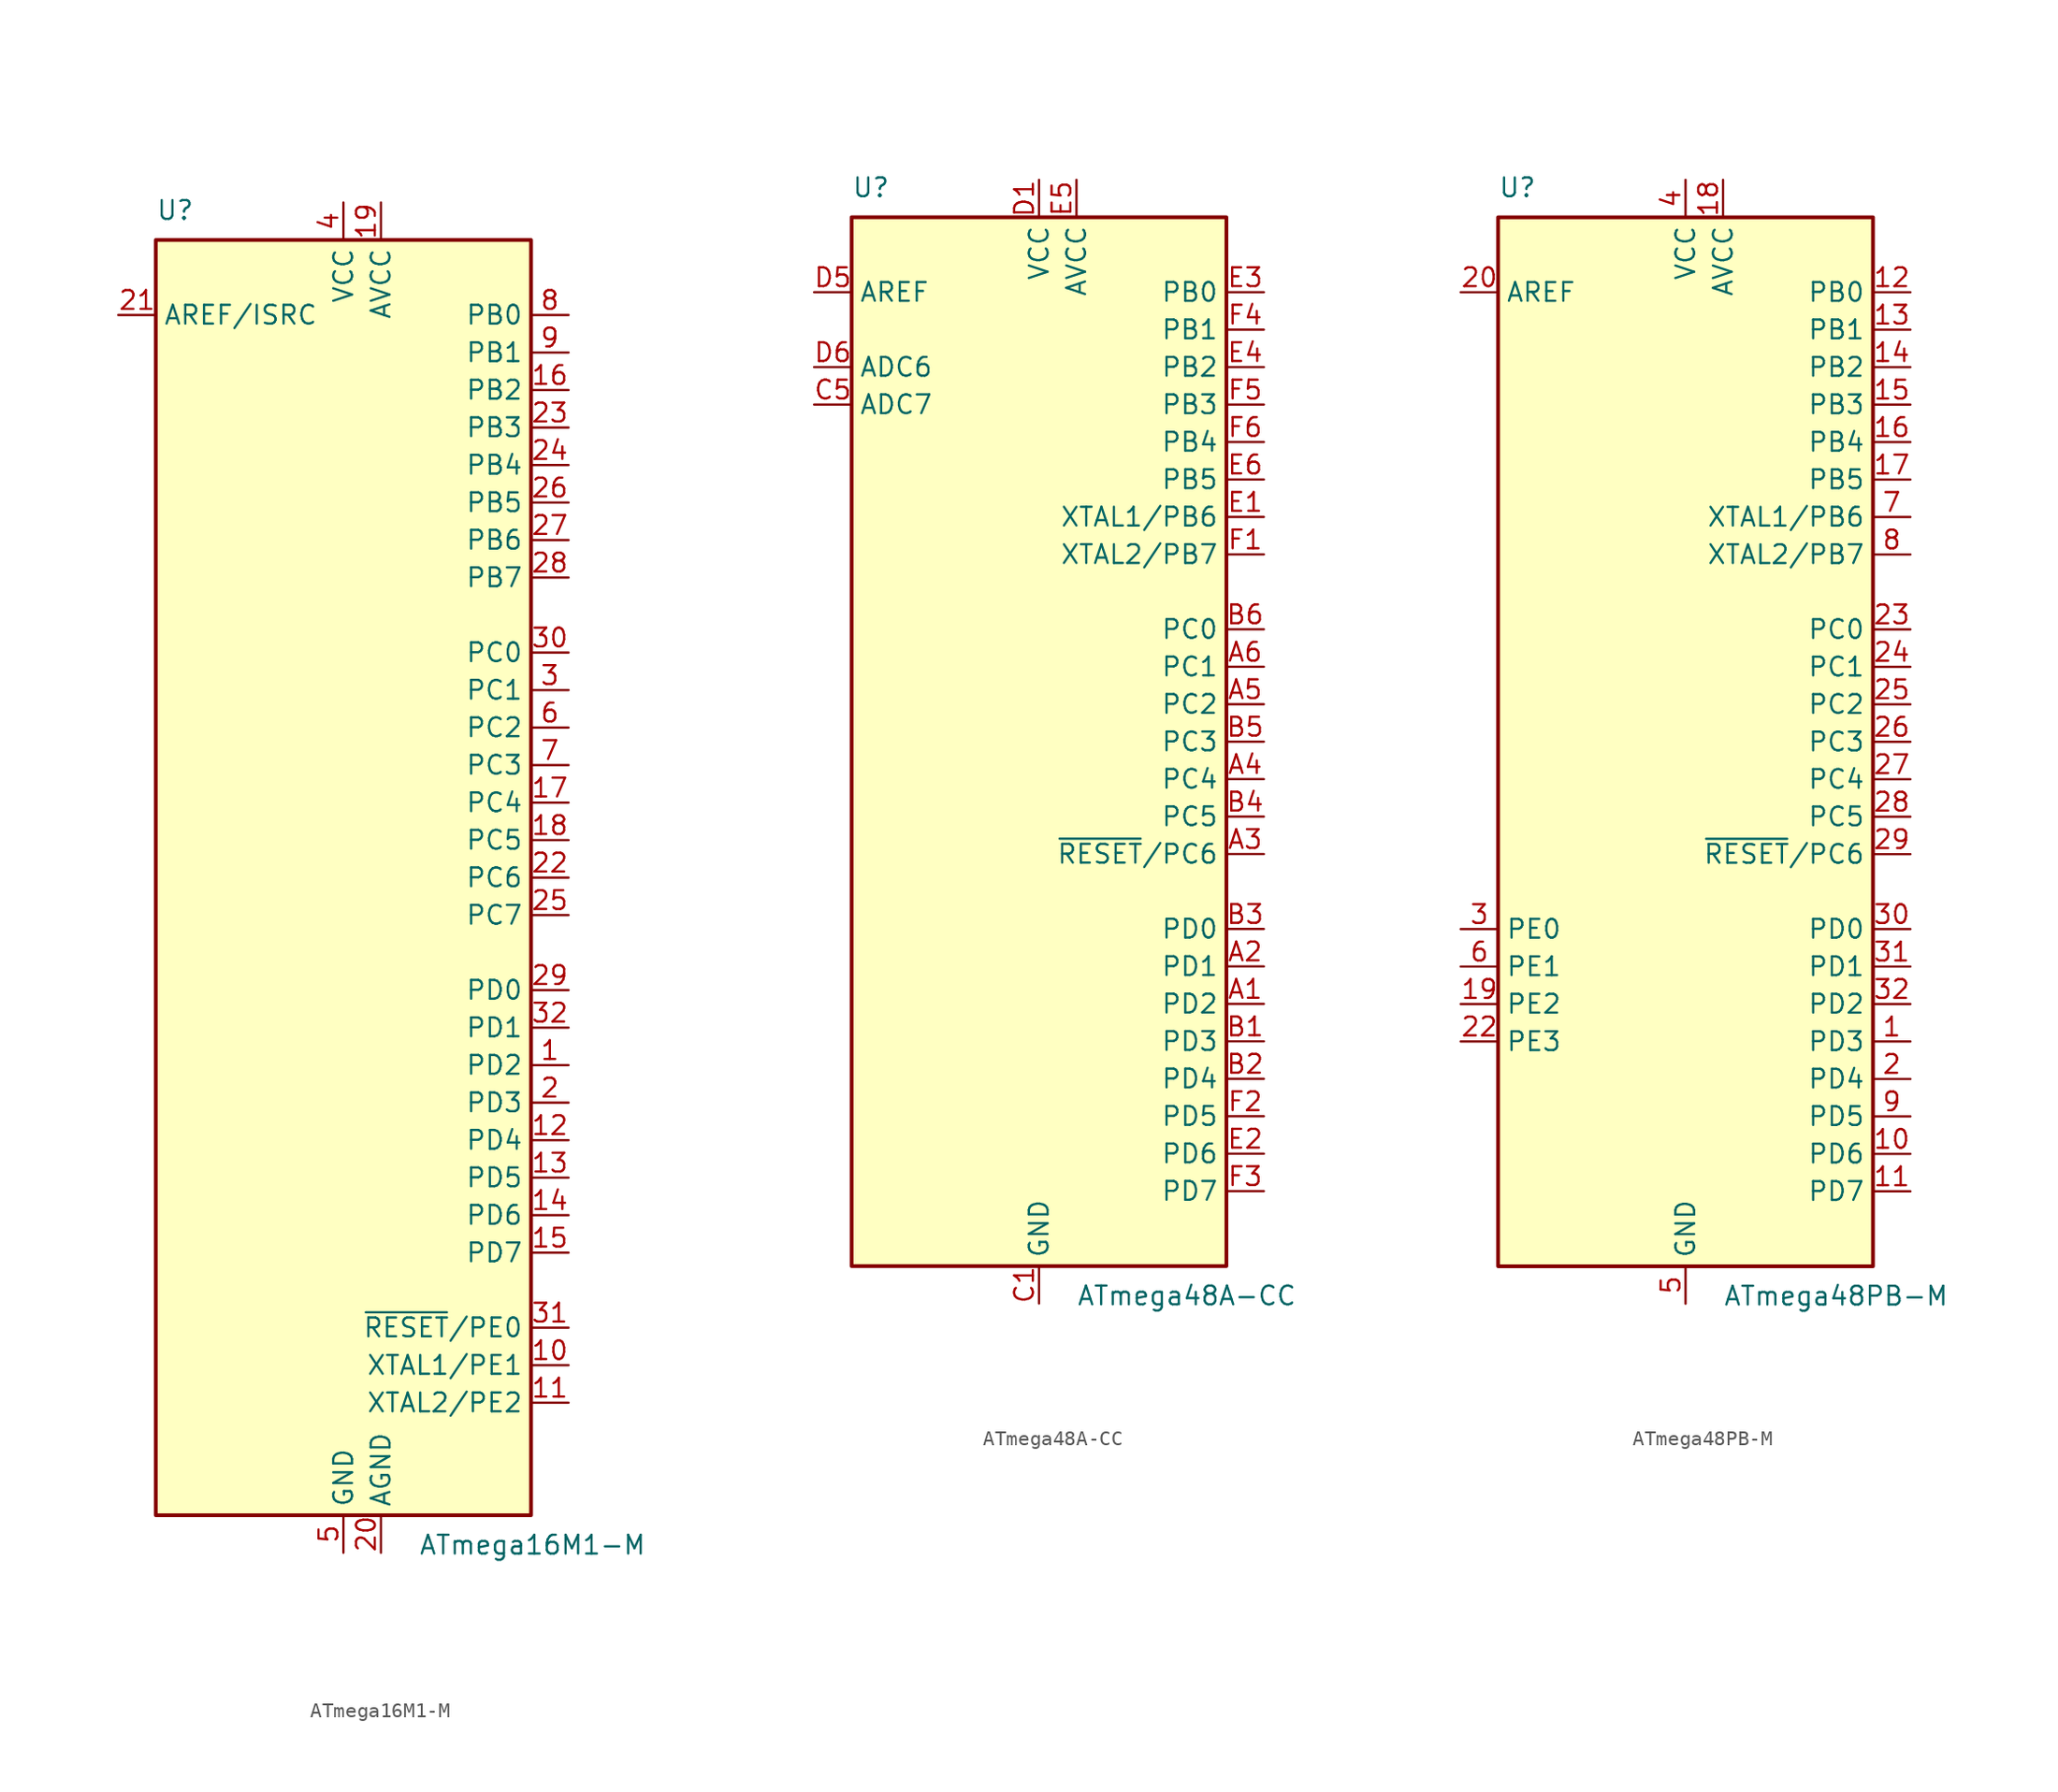
<source format=kicad_sym>
(kicad_symbol_lib
  (version 20201005)
  (generator kicad_symbol_editor)
  (symbol "MCU_Microchip_ATmega:ATmega16M1-M"
    (property "Reference" "U"
      (at -12.7 44.45 0)
      (effects (font (size 1.27 1.27)) (justify left bottom)))
    (property "Value" "ATmega16M1-M"
      (at 5.08 -44.45 0)
      (effects (font (size 1.27 1.27)) (justify left top)))
    (symbol "ATmega16M1-M_0_1"
      (rectangle (start -12.7 -43.18) (end 12.7 43.18) (stroke (width 0.254)) (fill (type background))))
    (symbol "ATmega16M1-M_1_1"
      (pin bidirectional line (at 15.24 -12.7 180) (length 2.54) (name "PD2" (effects (font (size 1.27 1.27)))) (number "1" (effects (font (size 1.27 1.27)))))
      (pin bidirectional line (at 15.24 -33.02 180) (length 2.54) (name "XTAL1/PE1" (effects (font (size 1.27 1.27)))) (number "10" (effects (font (size 1.27 1.27)))))
      (pin bidirectional line (at 15.24 -35.56 180) (length 2.54) (name "XTAL2/PE2" (effects (font (size 1.27 1.27)))) (number "11" (effects (font (size 1.27 1.27)))))
      (pin bidirectional line (at 15.24 -17.78 180) (length 2.54) (name "PD4" (effects (font (size 1.27 1.27)))) (number "12" (effects (font (size 1.27 1.27)))))
      (pin bidirectional line (at 15.24 -20.32 180) (length 2.54) (name "PD5" (effects (font (size 1.27 1.27)))) (number "13" (effects (font (size 1.27 1.27)))))
      (pin bidirectional line (at 15.24 -22.86 180) (length 2.54) (name "PD6" (effects (font (size 1.27 1.27)))) (number "14" (effects (font (size 1.27 1.27)))))
      (pin bidirectional line (at 15.24 -25.4 180) (length 2.54) (name "PD7" (effects (font (size 1.27 1.27)))) (number "15" (effects (font (size 1.27 1.27)))))
      (pin bidirectional line (at 15.24 33.02 180) (length 2.54) (name "PB2" (effects (font (size 1.27 1.27)))) (number "16" (effects (font (size 1.27 1.27)))))
      (pin bidirectional line (at 15.24 5.08 180) (length 2.54) (name "PC4" (effects (font (size 1.27 1.27)))) (number "17" (effects (font (size 1.27 1.27)))))
      (pin bidirectional line (at 15.24 2.54 180) (length 2.54) (name "PC5" (effects (font (size 1.27 1.27)))) (number "18" (effects (font (size 1.27 1.27)))))
      (pin power_in line (at 2.54 45.72 270) (length 2.54) (name "AVCC" (effects (font (size 1.27 1.27)))) (number "19" (effects (font (size 1.27 1.27)))))
      (pin bidirectional line (at 15.24 -15.24 180) (length 2.54) (name "PD3" (effects (font (size 1.27 1.27)))) (number "2" (effects (font (size 1.27 1.27)))))
      (pin power_in line (at 2.54 -45.72 90) (length 2.54) (name "AGND" (effects (font (size 1.27 1.27)))) (number "20" (effects (font (size 1.27 1.27)))))
      (pin passive line (at -15.24 38.1 0) (length 2.54) (name "AREF/ISRC" (effects (font (size 1.27 1.27)))) (number "21" (effects (font (size 1.27 1.27)))))
      (pin bidirectional line (at 15.24 0 180) (length 2.54) (name "PC6" (effects (font (size 1.27 1.27)))) (number "22" (effects (font (size 1.27 1.27)))))
      (pin bidirectional line (at 15.24 30.48 180) (length 2.54) (name "PB3" (effects (font (size 1.27 1.27)))) (number "23" (effects (font (size 1.27 1.27)))))
      (pin bidirectional line (at 15.24 27.94 180) (length 2.54) (name "PB4" (effects (font (size 1.27 1.27)))) (number "24" (effects (font (size 1.27 1.27)))))
      (pin bidirectional line (at 15.24 -2.54 180) (length 2.54) (name "PC7" (effects (font (size 1.27 1.27)))) (number "25" (effects (font (size 1.27 1.27)))))
      (pin bidirectional line (at 15.24 25.4 180) (length 2.54) (name "PB5" (effects (font (size 1.27 1.27)))) (number "26" (effects (font (size 1.27 1.27)))))
      (pin bidirectional line (at 15.24 22.86 180) (length 2.54) (name "PB6" (effects (font (size 1.27 1.27)))) (number "27" (effects (font (size 1.27 1.27)))))
      (pin bidirectional line (at 15.24 20.32 180) (length 2.54) (name "PB7" (effects (font (size 1.27 1.27)))) (number "28" (effects (font (size 1.27 1.27)))))
      (pin bidirectional line (at 15.24 -7.62 180) (length 2.54) (name "PD0" (effects (font (size 1.27 1.27)))) (number "29" (effects (font (size 1.27 1.27)))))
      (pin bidirectional line (at 15.24 12.7 180) (length 2.54) (name "PC1" (effects (font (size 1.27 1.27)))) (number "3" (effects (font (size 1.27 1.27)))))
      (pin bidirectional line (at 15.24 15.24 180) (length 2.54) (name "PC0" (effects (font (size 1.27 1.27)))) (number "30" (effects (font (size 1.27 1.27)))))
      (pin bidirectional line (at 15.24 -30.48 180) (length 2.54) (name "~RESET~/PE0" (effects (font (size 1.27 1.27)))) (number "31" (effects (font (size 1.27 1.27)))))
      (pin bidirectional line (at 15.24 -10.16 180) (length 2.54) (name "PD1" (effects (font (size 1.27 1.27)))) (number "32" (effects (font (size 1.27 1.27)))))
      (pin passive line (at 0 -45.72 90) (length 2.54) hide (name "GND" (effects (font (size 1.27 1.27)))) (number "33" (effects (font (size 1.27 1.27)))))
      (pin power_in line (at 0 45.72 270) (length 2.54) (name "VCC" (effects (font (size 1.27 1.27)))) (number "4" (effects (font (size 1.27 1.27)))))
      (pin power_in line (at 0 -45.72 90) (length 2.54) (name "GND" (effects (font (size 1.27 1.27)))) (number "5" (effects (font (size 1.27 1.27)))))
      (pin bidirectional line (at 15.24 10.16 180) (length 2.54) (name "PC2" (effects (font (size 1.27 1.27)))) (number "6" (effects (font (size 1.27 1.27)))))
      (pin bidirectional line (at 15.24 7.62 180) (length 2.54) (name "PC3" (effects (font (size 1.27 1.27)))) (number "7" (effects (font (size 1.27 1.27)))))
      (pin bidirectional line (at 15.24 38.1 180) (length 2.54) (name "PB0" (effects (font (size 1.27 1.27)))) (number "8" (effects (font (size 1.27 1.27)))))
      (pin bidirectional line (at 15.24 35.56 180) (length 2.54) (name "PB1" (effects (font (size 1.27 1.27)))) (number "9" (effects (font (size 1.27 1.27)))))))
  (symbol "MCU_Microchip_ATmega:ATmega48A-CC"
    (property "Reference" "U"
      (at -12.7 36.83 0)
      (effects (font (size 1.27 1.27)) (justify left bottom)))
    (property "Value" "ATmega48A-CC"
      (at 2.54 -36.83 0)
      (effects (font (size 1.27 1.27)) (justify left top)))
    (symbol "ATmega48A-CC_0_1"
      (rectangle (start -12.7 -35.56) (end 12.7 35.56) (stroke (width 0.254)) (fill (type background))))
    (symbol "ATmega48A-CC_1_1"
      (pin bidirectional line (at 15.24 -17.78 180) (length 2.54) (name "PD2" (effects (font (size 1.27 1.27)))) (number "A1" (effects (font (size 1.27 1.27)))))
      (pin bidirectional line (at 15.24 -15.24 180) (length 2.54) (name "PD1" (effects (font (size 1.27 1.27)))) (number "A2" (effects (font (size 1.27 1.27)))))
      (pin bidirectional line (at 15.24 -7.62 180) (length 2.54) (name "~RESET~/PC6" (effects (font (size 1.27 1.27)))) (number "A3" (effects (font (size 1.27 1.27)))))
      (pin bidirectional line (at 15.24 -2.54 180) (length 2.54) (name "PC4" (effects (font (size 1.27 1.27)))) (number "A4" (effects (font (size 1.27 1.27)))))
      (pin bidirectional line (at 15.24 2.54 180) (length 2.54) (name "PC2" (effects (font (size 1.27 1.27)))) (number "A5" (effects (font (size 1.27 1.27)))))
      (pin bidirectional line (at 15.24 5.08 180) (length 2.54) (name "PC1" (effects (font (size 1.27 1.27)))) (number "A6" (effects (font (size 1.27 1.27)))))
      (pin bidirectional line (at 15.24 -20.32 180) (length 2.54) (name "PD3" (effects (font (size 1.27 1.27)))) (number "B1" (effects (font (size 1.27 1.27)))))
      (pin bidirectional line (at 15.24 -22.86 180) (length 2.54) (name "PD4" (effects (font (size 1.27 1.27)))) (number "B2" (effects (font (size 1.27 1.27)))))
      (pin bidirectional line (at 15.24 -12.7 180) (length 2.54) (name "PD0" (effects (font (size 1.27 1.27)))) (number "B3" (effects (font (size 1.27 1.27)))))
      (pin bidirectional line (at 15.24 -5.08 180) (length 2.54) (name "PC5" (effects (font (size 1.27 1.27)))) (number "B4" (effects (font (size 1.27 1.27)))))
      (pin bidirectional line (at 15.24 0 180) (length 2.54) (name "PC3" (effects (font (size 1.27 1.27)))) (number "B5" (effects (font (size 1.27 1.27)))))
      (pin bidirectional line (at 15.24 7.62 180) (length 2.54) (name "PC0" (effects (font (size 1.27 1.27)))) (number "B6" (effects (font (size 1.27 1.27)))))
      (pin power_in line (at 0 -38.1 90) (length 2.54) (name "GND" (effects (font (size 1.27 1.27)))) (number "C1" (effects (font (size 1.27 1.27)))))
      (pin passive line (at 0 -38.1 90) (length 2.54) hide (name "GND" (effects (font (size 1.27 1.27)))) (number "C2" (effects (font (size 1.27 1.27)))))
      (pin input line (at -15.24 22.86 0) (length 2.54) (name "ADC7" (effects (font (size 1.27 1.27)))) (number "C5" (effects (font (size 1.27 1.27)))))
      (pin passive line (at 0 -38.1 90) (length 2.54) hide (name "GND" (effects (font (size 1.27 1.27)))) (number "C6" (effects (font (size 1.27 1.27)))))
      (pin power_in line (at 0 38.1 270) (length 2.54) (name "VCC" (effects (font (size 1.27 1.27)))) (number "D1" (effects (font (size 1.27 1.27)))))
      (pin passive line (at 0 38.1 270) (length 2.54) hide (name "VCC" (effects (font (size 1.27 1.27)))) (number "D2" (effects (font (size 1.27 1.27)))))
      (pin passive line (at -15.24 30.48 0) (length 2.54) (name "AREF" (effects (font (size 1.27 1.27)))) (number "D5" (effects (font (size 1.27 1.27)))))
      (pin input line (at -15.24 25.4 0) (length 2.54) (name "ADC6" (effects (font (size 1.27 1.27)))) (number "D6" (effects (font (size 1.27 1.27)))))
      (pin bidirectional line (at 15.24 15.24 180) (length 2.54) (name "XTAL1/PB6" (effects (font (size 1.27 1.27)))) (number "E1" (effects (font (size 1.27 1.27)))))
      (pin bidirectional line (at 15.24 -27.94 180) (length 2.54) (name "PD6" (effects (font (size 1.27 1.27)))) (number "E2" (effects (font (size 1.27 1.27)))))
      (pin bidirectional line (at 15.24 30.48 180) (length 2.54) (name "PB0" (effects (font (size 1.27 1.27)))) (number "E3" (effects (font (size 1.27 1.27)))))
      (pin bidirectional line (at 15.24 25.4 180) (length 2.54) (name "PB2" (effects (font (size 1.27 1.27)))) (number "E4" (effects (font (size 1.27 1.27)))))
      (pin power_in line (at 2.54 38.1 270) (length 2.54) (name "AVCC" (effects (font (size 1.27 1.27)))) (number "E5" (effects (font (size 1.27 1.27)))))
      (pin bidirectional line (at 15.24 17.78 180) (length 2.54) (name "PB5" (effects (font (size 1.27 1.27)))) (number "E6" (effects (font (size 1.27 1.27)))))
      (pin bidirectional line (at 15.24 12.7 180) (length 2.54) (name "XTAL2/PB7" (effects (font (size 1.27 1.27)))) (number "F1" (effects (font (size 1.27 1.27)))))
      (pin bidirectional line (at 15.24 -25.4 180) (length 2.54) (name "PD5" (effects (font (size 1.27 1.27)))) (number "F2" (effects (font (size 1.27 1.27)))))
      (pin bidirectional line (at 15.24 -30.48 180) (length 2.54) (name "PD7" (effects (font (size 1.27 1.27)))) (number "F3" (effects (font (size 1.27 1.27)))))
      (pin bidirectional line (at 15.24 27.94 180) (length 2.54) (name "PB1" (effects (font (size 1.27 1.27)))) (number "F4" (effects (font (size 1.27 1.27)))))
      (pin bidirectional line (at 15.24 22.86 180) (length 2.54) (name "PB3" (effects (font (size 1.27 1.27)))) (number "F5" (effects (font (size 1.27 1.27)))))
      (pin bidirectional line (at 15.24 20.32 180) (length 2.54) (name "PB4" (effects (font (size 1.27 1.27)))) (number "F6" (effects (font (size 1.27 1.27)))))))
  (symbol "MCU_Microchip_ATmega:ATmega48PB-M"
    (property "Reference" "U"
      (at -12.7 36.83 0)
      (effects (font (size 1.27 1.27)) (justify left bottom)))
    (property "Value" "ATmega48PB-M"
      (at 2.54 -36.83 0)
      (effects (font (size 1.27 1.27)) (justify left top)))
    (symbol "ATmega48PB-M_0_1"
      (rectangle (start -12.7 -35.56) (end 12.7 35.56) (stroke (width 0.254)) (fill (type background))))
    (symbol "ATmega48PB-M_1_1"
      (pin bidirectional line (at 15.24 -20.32 180) (length 2.54) (name "PD3" (effects (font (size 1.27 1.27)))) (number "1" (effects (font (size 1.27 1.27)))))
      (pin bidirectional line (at 15.24 -27.94 180) (length 2.54) (name "PD6" (effects (font (size 1.27 1.27)))) (number "10" (effects (font (size 1.27 1.27)))))
      (pin bidirectional line (at 15.24 -30.48 180) (length 2.54) (name "PD7" (effects (font (size 1.27 1.27)))) (number "11" (effects (font (size 1.27 1.27)))))
      (pin bidirectional line (at 15.24 30.48 180) (length 2.54) (name "PB0" (effects (font (size 1.27 1.27)))) (number "12" (effects (font (size 1.27 1.27)))))
      (pin bidirectional line (at 15.24 27.94 180) (length 2.54) (name "PB1" (effects (font (size 1.27 1.27)))) (number "13" (effects (font (size 1.27 1.27)))))
      (pin bidirectional line (at 15.24 25.4 180) (length 2.54) (name "PB2" (effects (font (size 1.27 1.27)))) (number "14" (effects (font (size 1.27 1.27)))))
      (pin bidirectional line (at 15.24 22.86 180) (length 2.54) (name "PB3" (effects (font (size 1.27 1.27)))) (number "15" (effects (font (size 1.27 1.27)))))
      (pin bidirectional line (at 15.24 20.32 180) (length 2.54) (name "PB4" (effects (font (size 1.27 1.27)))) (number "16" (effects (font (size 1.27 1.27)))))
      (pin bidirectional line (at 15.24 17.78 180) (length 2.54) (name "PB5" (effects (font (size 1.27 1.27)))) (number "17" (effects (font (size 1.27 1.27)))))
      (pin power_in line (at 2.54 38.1 270) (length 2.54) (name "AVCC" (effects (font (size 1.27 1.27)))) (number "18" (effects (font (size 1.27 1.27)))))
      (pin bidirectional line (at -15.24 -17.78 0) (length 2.54) (name "PE2" (effects (font (size 1.27 1.27)))) (number "19" (effects (font (size 1.27 1.27)))))
      (pin bidirectional line (at 15.24 -22.86 180) (length 2.54) (name "PD4" (effects (font (size 1.27 1.27)))) (number "2" (effects (font (size 1.27 1.27)))))
      (pin passive line (at -15.24 30.48 0) (length 2.54) (name "AREF" (effects (font (size 1.27 1.27)))) (number "20" (effects (font (size 1.27 1.27)))))
      (pin passive line (at 0 -38.1 90) (length 2.54) hide (name "GND" (effects (font (size 1.27 1.27)))) (number "21" (effects (font (size 1.27 1.27)))))
      (pin bidirectional line (at -15.24 -20.32 0) (length 2.54) (name "PE3" (effects (font (size 1.27 1.27)))) (number "22" (effects (font (size 1.27 1.27)))))
      (pin bidirectional line (at 15.24 7.62 180) (length 2.54) (name "PC0" (effects (font (size 1.27 1.27)))) (number "23" (effects (font (size 1.27 1.27)))))
      (pin bidirectional line (at 15.24 5.08 180) (length 2.54) (name "PC1" (effects (font (size 1.27 1.27)))) (number "24" (effects (font (size 1.27 1.27)))))
      (pin bidirectional line (at 15.24 2.54 180) (length 2.54) (name "PC2" (effects (font (size 1.27 1.27)))) (number "25" (effects (font (size 1.27 1.27)))))
      (pin bidirectional line (at 15.24 0 180) (length 2.54) (name "PC3" (effects (font (size 1.27 1.27)))) (number "26" (effects (font (size 1.27 1.27)))))
      (pin bidirectional line (at 15.24 -2.54 180) (length 2.54) (name "PC4" (effects (font (size 1.27 1.27)))) (number "27" (effects (font (size 1.27 1.27)))))
      (pin bidirectional line (at 15.24 -5.08 180) (length 2.54) (name "PC5" (effects (font (size 1.27 1.27)))) (number "28" (effects (font (size 1.27 1.27)))))
      (pin bidirectional line (at 15.24 -7.62 180) (length 2.54) (name "~RESET~/PC6" (effects (font (size 1.27 1.27)))) (number "29" (effects (font (size 1.27 1.27)))))
      (pin bidirectional line (at -15.24 -12.7 0) (length 2.54) (name "PE0" (effects (font (size 1.27 1.27)))) (number "3" (effects (font (size 1.27 1.27)))))
      (pin bidirectional line (at 15.24 -12.7 180) (length 2.54) (name "PD0" (effects (font (size 1.27 1.27)))) (number "30" (effects (font (size 1.27 1.27)))))
      (pin bidirectional line (at 15.24 -15.24 180) (length 2.54) (name "PD1" (effects (font (size 1.27 1.27)))) (number "31" (effects (font (size 1.27 1.27)))))
      (pin bidirectional line (at 15.24 -17.78 180) (length 2.54) (name "PD2" (effects (font (size 1.27 1.27)))) (number "32" (effects (font (size 1.27 1.27)))))
      (pin passive line (at 0 -38.1 90) (length 2.54) hide (name "GND" (effects (font (size 1.27 1.27)))) (number "33" (effects (font (size 1.27 1.27)))))
      (pin power_in line (at 0 38.1 270) (length 2.54) (name "VCC" (effects (font (size 1.27 1.27)))) (number "4" (effects (font (size 1.27 1.27)))))
      (pin power_in line (at 0 -38.1 90) (length 2.54) (name "GND" (effects (font (size 1.27 1.27)))) (number "5" (effects (font (size 1.27 1.27)))))
      (pin bidirectional line (at -15.24 -15.24 0) (length 2.54) (name "PE1" (effects (font (size 1.27 1.27)))) (number "6" (effects (font (size 1.27 1.27)))))
      (pin bidirectional line (at 15.24 15.24 180) (length 2.54) (name "XTAL1/PB6" (effects (font (size 1.27 1.27)))) (number "7" (effects (font (size 1.27 1.27)))))
      (pin bidirectional line (at 15.24 12.7 180) (length 2.54) (name "XTAL2/PB7" (effects (font (size 1.27 1.27)))) (number "8" (effects (font (size 1.27 1.27)))))
      (pin bidirectional line (at 15.24 -25.4 180) (length 2.54) (name "PD5" (effects (font (size 1.27 1.27)))) (number "9" (effects (font (size 1.27 1.27))))))))
</source>
